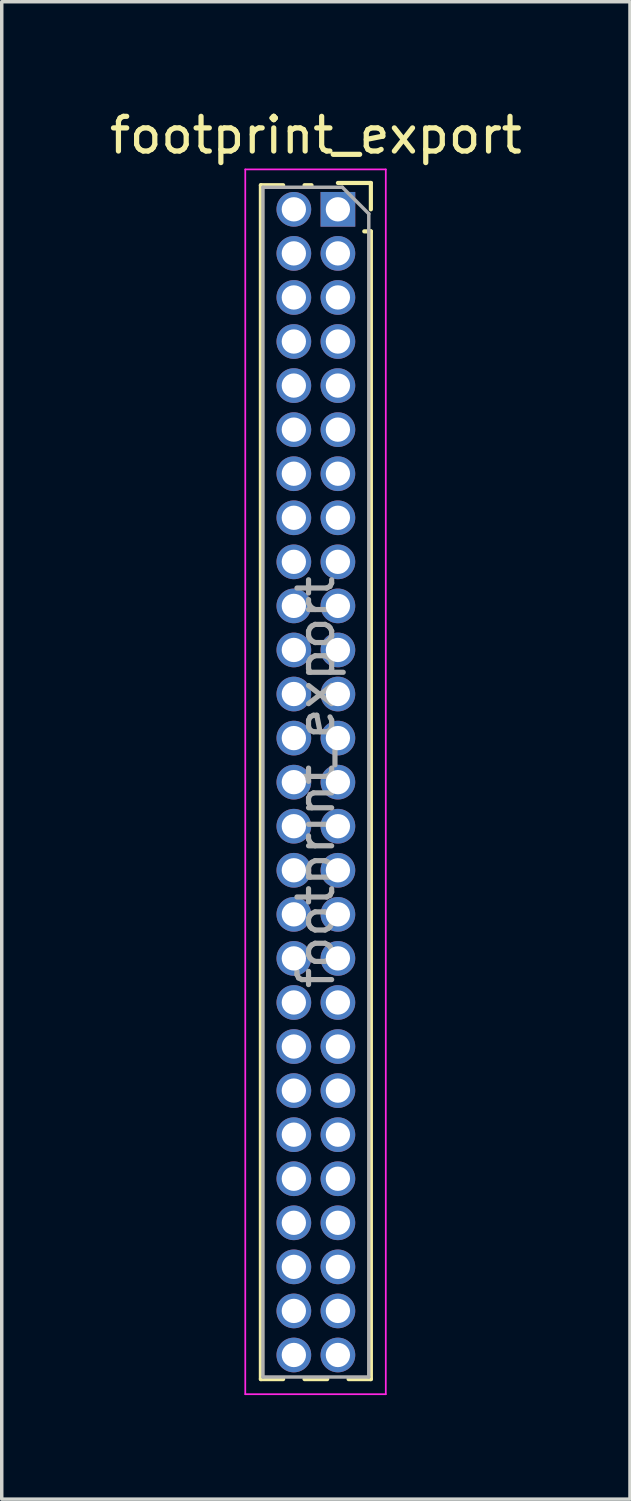
<source format=kicad_pcb>
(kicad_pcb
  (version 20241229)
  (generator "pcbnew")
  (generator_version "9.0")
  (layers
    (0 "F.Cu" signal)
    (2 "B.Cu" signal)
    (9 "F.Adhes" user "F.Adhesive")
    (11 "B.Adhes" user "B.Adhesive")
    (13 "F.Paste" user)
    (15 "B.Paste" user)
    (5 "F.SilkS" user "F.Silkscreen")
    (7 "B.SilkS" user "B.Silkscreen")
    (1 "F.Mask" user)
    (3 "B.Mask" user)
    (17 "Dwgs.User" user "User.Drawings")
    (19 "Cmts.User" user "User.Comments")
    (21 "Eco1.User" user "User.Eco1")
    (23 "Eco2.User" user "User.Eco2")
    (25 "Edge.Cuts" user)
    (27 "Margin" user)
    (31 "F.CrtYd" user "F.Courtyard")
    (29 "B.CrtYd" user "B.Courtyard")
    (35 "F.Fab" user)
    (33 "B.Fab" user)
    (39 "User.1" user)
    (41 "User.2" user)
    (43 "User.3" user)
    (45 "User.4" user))
  (footprint "footprint_export"
    (layer "F.Cu")
    (at 6.689 2.983)
    (property "Reference" "footprint_export" (at -0.635 -2.135 0) (layer "F.SilkS") (effects (font (size 1 1) (thickness 0.15))))
    (attr through_hole)
    (fp_line (start -2.22 -0.695) (end -2.22 33.715) (stroke (width 0.12) (type solid)) (layer "F.SilkS"))
    (fp_line (start -2.22 -0.695) (end -1.578 -0.695) (stroke (width 0.12) (type solid)) (layer "F.SilkS"))
    (fp_line (start -2.22 33.715) (end -1.578 33.715) (stroke (width 0.12) (type solid)) (layer "F.SilkS"))
    (fp_line (start -0.962 -0.695) (end -0.76 -0.695) (stroke (width 0.12) (type solid)) (layer "F.SilkS"))
    (fp_line (start -0.962 33.715) (end -0.308 33.715) (stroke (width 0.12) (type solid)) (layer "F.SilkS"))
    (fp_line (start 0 -0.76) (end 0.95 -0.76) (stroke (width 0.12) (type solid)) (layer "F.SilkS"))
    (fp_line (start 0.308 33.715) (end 0.95 33.715) (stroke (width 0.12) (type solid)) (layer "F.SilkS"))
    (fp_line (start 0.76 0.635) (end 0.95 0.635) (stroke (width 0.12) (type solid)) (layer "F.SilkS"))
    (fp_line (start 0.95 -0.76) (end 0.95 0) (stroke (width 0.12) (type solid)) (layer "F.SilkS"))
    (fp_line (start 0.95 0.635) (end 0.95 33.715) (stroke (width 0.12) (type solid)) (layer "F.SilkS"))
    (fp_line (start -2.67 -1.15) (end 1.38 -1.15) (stroke (width 0.05) (type solid)) (layer "F.CrtYd"))
    (fp_line (start -2.67 34.15) (end -2.67 -1.15) (stroke (width 0.05) (type solid)) (layer "F.CrtYd"))
    (fp_line (start 1.38 -1.15) (end 1.38 34.15) (stroke (width 0.05) (type solid)) (layer "F.CrtYd"))
    (fp_line (start 1.38 34.15) (end -2.67 34.15) (stroke (width 0.05) (type solid)) (layer "F.CrtYd"))
    (fp_line (start -2.16 -0.635) (end 0.128 -0.635) (stroke (width 0.1) (type solid)) (layer "F.Fab"))
    (fp_line (start -2.16 33.655) (end -2.16 -0.635) (stroke (width 0.1) (type solid)) (layer "F.Fab"))
    (fp_line (start 0.128 -0.635) (end 0.89 0.128) (stroke (width 0.1) (type solid)) (layer "F.Fab"))
    (fp_line (start 0.89 0.128) (end 0.89 33.655) (stroke (width 0.1) (type solid)) (layer "F.Fab"))
    (fp_line (start 0.89 33.655) (end -2.16 33.655) (stroke (width 0.1) (type solid)) (layer "F.Fab"))
    (fp_text user "${REFERENCE}" (at -0.635 16.51 90) (layer "F.Fab") (effects (font (size 1 1) (thickness 0.15))))
    (pad "1" thru_hole rect (at 0 0) (size 1 1) (drill 0.7) (layers "*.Cu" "*.Mask"))
    (pad "2" thru_hole oval (at -1.27 0) (size 1 1) (drill 0.7) (layers "*.Cu" "*.Mask"))
    (pad "3" thru_hole oval (at 0 1.27) (size 1 1) (drill 0.7) (layers "*.Cu" "*.Mask"))
    (pad "4" thru_hole oval (at -1.27 1.27) (size 1 1) (drill 0.7) (layers "*.Cu" "*.Mask"))
    (pad "5" thru_hole oval (at 0 2.54) (size 1 1) (drill 0.7) (layers "*.Cu" "*.Mask"))
    (pad "6" thru_hole oval (at -1.27 2.54) (size 1 1) (drill 0.7) (layers "*.Cu" "*.Mask"))
    (pad "7" thru_hole oval (at 0 3.81) (size 1 1) (drill 0.7) (layers "*.Cu" "*.Mask"))
    (pad "8" thru_hole oval (at -1.27 3.81) (size 1 1) (drill 0.7) (layers "*.Cu" "*.Mask"))
    (pad "9" thru_hole oval (at 0 5.08) (size 1 1) (drill 0.7) (layers "*.Cu" "*.Mask"))
    (pad "10" thru_hole oval (at -1.27 5.08) (size 1 1) (drill 0.7) (layers "*.Cu" "*.Mask"))
    (pad "11" thru_hole oval (at 0 6.35) (size 1 1) (drill 0.7) (layers "*.Cu" "*.Mask"))
    (pad "12" thru_hole oval (at -1.27 6.35) (size 1 1) (drill 0.7) (layers "*.Cu" "*.Mask"))
    (pad "13" thru_hole oval (at 0 7.62) (size 1 1) (drill 0.7) (layers "*.Cu" "*.Mask"))
    (pad "14" thru_hole oval (at -1.27 7.62) (size 1 1) (drill 0.7) (layers "*.Cu" "*.Mask"))
    (pad "15" thru_hole oval (at 0 8.89) (size 1 1) (drill 0.7) (layers "*.Cu" "*.Mask"))
    (pad "16" thru_hole oval (at -1.27 8.89) (size 1 1) (drill 0.7) (layers "*.Cu" "*.Mask"))
    (pad "17" thru_hole oval (at 0 10.16) (size 1 1) (drill 0.7) (layers "*.Cu" "*.Mask"))
    (pad "18" thru_hole oval (at -1.27 10.16) (size 1 1) (drill 0.7) (layers "*.Cu" "*.Mask"))
    (pad "19" thru_hole oval (at 0 11.43) (size 1 1) (drill 0.7) (layers "*.Cu" "*.Mask"))
    (pad "20" thru_hole oval (at -1.27 11.43) (size 1 1) (drill 0.7) (layers "*.Cu" "*.Mask"))
    (pad "21" thru_hole oval (at 0 12.7) (size 1 1) (drill 0.7) (layers "*.Cu" "*.Mask"))
    (pad "22" thru_hole oval (at -1.27 12.7) (size 1 1) (drill 0.7) (layers "*.Cu" "*.Mask"))
    (pad "23" thru_hole oval (at 0 13.97) (size 1 1) (drill 0.7) (layers "*.Cu" "*.Mask"))
    (pad "24" thru_hole oval (at -1.27 13.97) (size 1 1) (drill 0.7) (layers "*.Cu" "*.Mask"))
    (pad "25" thru_hole oval (at 0 15.24) (size 1 1) (drill 0.7) (layers "*.Cu" "*.Mask"))
    (pad "26" thru_hole oval (at -1.27 15.24) (size 1 1) (drill 0.7) (layers "*.Cu" "*.Mask"))
    (pad "27" thru_hole oval (at 0 16.51) (size 1 1) (drill 0.7) (layers "*.Cu" "*.Mask"))
    (pad "28" thru_hole oval (at -1.27 16.51) (size 1 1) (drill 0.7) (layers "*.Cu" "*.Mask"))
    (pad "29" thru_hole oval (at 0 17.78) (size 1 1) (drill 0.7) (layers "*.Cu" "*.Mask"))
    (pad "30" thru_hole oval (at -1.27 17.78) (size 1 1) (drill 0.7) (layers "*.Cu" "*.Mask"))
    (pad "31" thru_hole oval (at 0 19.05) (size 1 1) (drill 0.7) (layers "*.Cu" "*.Mask"))
    (pad "32" thru_hole oval (at -1.27 19.05) (size 1 1) (drill 0.7) (layers "*.Cu" "*.Mask"))
    (pad "33" thru_hole oval (at 0 20.32) (size 1 1) (drill 0.7) (layers "*.Cu" "*.Mask"))
    (pad "34" thru_hole oval (at -1.27 20.32) (size 1 1) (drill 0.7) (layers "*.Cu" "*.Mask"))
    (pad "35" thru_hole oval (at 0 21.59) (size 1 1) (drill 0.7) (layers "*.Cu" "*.Mask"))
    (pad "36" thru_hole oval (at -1.27 21.59) (size 1 1) (drill 0.7) (layers "*.Cu" "*.Mask"))
    (pad "37" thru_hole oval (at 0 22.86) (size 1 1) (drill 0.7) (layers "*.Cu" "*.Mask"))
    (pad "38" thru_hole oval (at -1.27 22.86) (size 1 1) (drill 0.7) (layers "*.Cu" "*.Mask"))
    (pad "39" thru_hole oval (at 0 24.13) (size 1 1) (drill 0.7) (layers "*.Cu" "*.Mask"))
    (pad "40" thru_hole oval (at -1.27 24.13) (size 1 1) (drill 0.7) (layers "*.Cu" "*.Mask"))
    (pad "41" thru_hole oval (at 0 25.4) (size 1 1) (drill 0.7) (layers "*.Cu" "*.Mask"))
    (pad "42" thru_hole oval (at -1.27 25.4) (size 1 1) (drill 0.7) (layers "*.Cu" "*.Mask"))
    (pad "43" thru_hole oval (at 0 26.67) (size 1 1) (drill 0.7) (layers "*.Cu" "*.Mask"))
    (pad "44" thru_hole oval (at -1.27 26.67) (size 1 1) (drill 0.7) (layers "*.Cu" "*.Mask"))
    (pad "45" thru_hole oval (at 0 27.94) (size 1 1) (drill 0.7) (layers "*.Cu" "*.Mask"))
    (pad "46" thru_hole oval (at -1.27 27.94) (size 1 1) (drill 0.7) (layers "*.Cu" "*.Mask"))
    (pad "47" thru_hole oval (at 0 29.21) (size 1 1) (drill 0.7) (layers "*.Cu" "*.Mask"))
    (pad "48" thru_hole oval (at -1.27 29.21) (size 1 1) (drill 0.7) (layers "*.Cu" "*.Mask"))
    (pad "49" thru_hole oval (at 0 30.48) (size 1 1) (drill 0.7) (layers "*.Cu" "*.Mask"))
    (pad "50" thru_hole oval (at -1.27 30.48) (size 1 1) (drill 0.7) (layers "*.Cu" "*.Mask"))
    (pad "51" thru_hole oval (at 0 31.75) (size 1 1) (drill 0.7) (layers "*.Cu" "*.Mask"))
    (pad "52" thru_hole oval (at -1.27 31.75) (size 1 1) (drill 0.7) (layers "*.Cu" "*.Mask"))
    (pad "53" thru_hole oval (at 0 33.02) (size 1 1) (drill 0.7) (layers "*.Cu" "*.Mask"))
    (pad "54" thru_hole oval (at -1.27 33.02) (size 1 1) (drill 0.7) (layers "*.Cu" "*.Mask")))
  (gr_rect
    (start -3 -3)
    (end 15.107 40.158)
    (stroke (width 0.1) (type default))
    (fill no)
    (layer "Edge.Cuts")))
</source>
